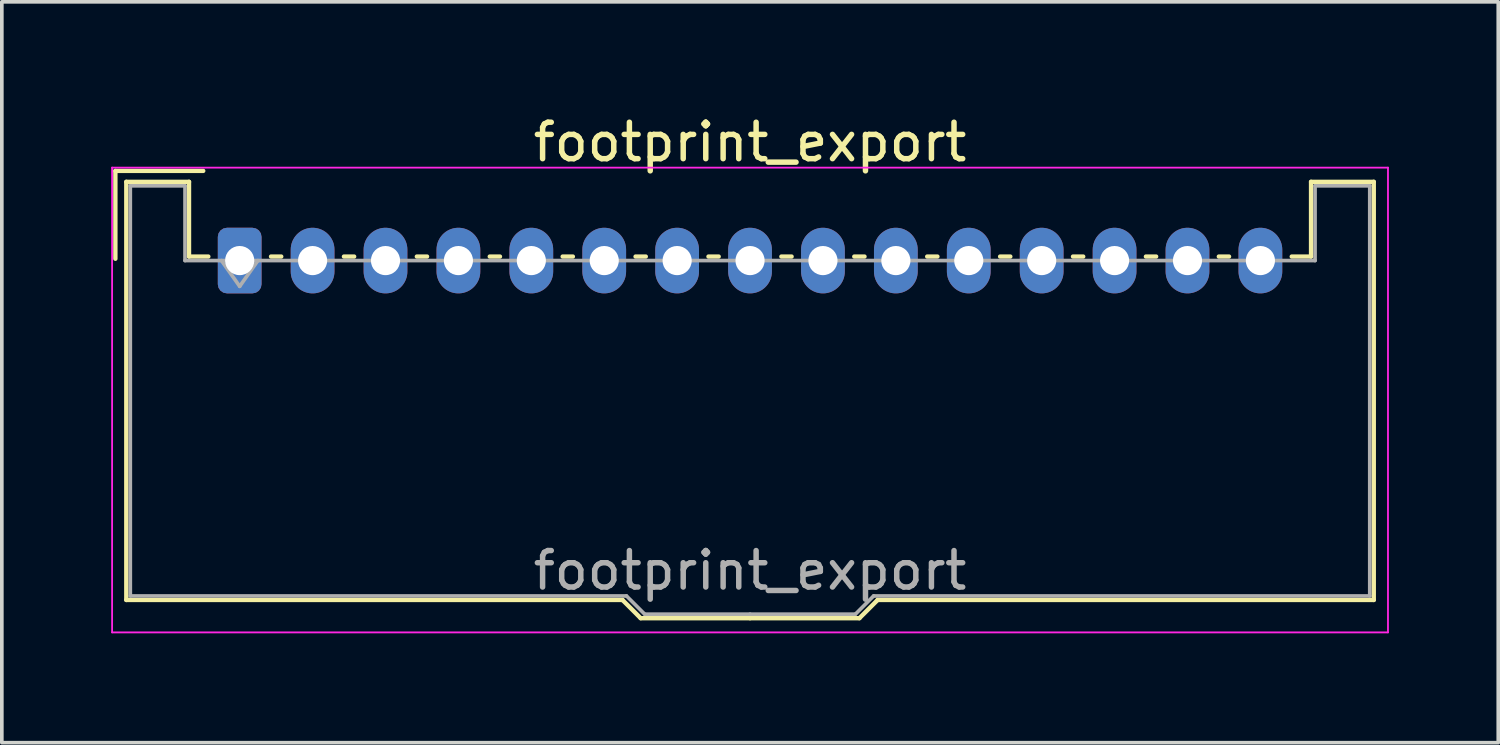
<source format=kicad_pcb>
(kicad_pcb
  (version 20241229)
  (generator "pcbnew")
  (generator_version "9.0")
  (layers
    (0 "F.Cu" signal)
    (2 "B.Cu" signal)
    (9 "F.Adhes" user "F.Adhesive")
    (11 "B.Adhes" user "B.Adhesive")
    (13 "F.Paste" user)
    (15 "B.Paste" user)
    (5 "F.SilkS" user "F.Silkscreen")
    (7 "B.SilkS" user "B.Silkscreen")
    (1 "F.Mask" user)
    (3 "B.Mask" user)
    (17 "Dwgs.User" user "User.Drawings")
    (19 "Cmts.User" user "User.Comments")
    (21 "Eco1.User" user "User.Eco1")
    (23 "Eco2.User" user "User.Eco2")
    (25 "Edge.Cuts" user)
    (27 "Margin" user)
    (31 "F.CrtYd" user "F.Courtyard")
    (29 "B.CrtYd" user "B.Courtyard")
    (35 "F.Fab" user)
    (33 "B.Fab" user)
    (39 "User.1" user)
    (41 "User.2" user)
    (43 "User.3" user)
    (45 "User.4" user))
  (footprint "footprint_export"
    (layer "F.Cu")
    (at 3.525 4.098)
    (property "Reference" "footprint_export" (at 14 -3.25 0) (layer "F.SilkS") (effects (font (size 1 1) (thickness 0.15))))
    (attr through_hole)
    (fp_line (start -3.41 -2.46) (end -1 -2.46) (stroke (width 0.12) (type solid)) (layer "F.SilkS"))
    (fp_line (start -3.41 -0.05) (end -3.41 -2.46) (stroke (width 0.12) (type solid)) (layer "F.SilkS"))
    (fp_line (start -3.11 -2.16) (end -1.39 -2.16) (stroke (width 0.12) (type solid)) (layer "F.SilkS"))
    (fp_line (start -3.11 9.31) (end -3.11 -2.16) (stroke (width 0.12) (type solid)) (layer "F.SilkS"))
    (fp_line (start -1.39 -2.16) (end -1.39 -0.11) (stroke (width 0.12) (type solid)) (layer "F.SilkS"))
    (fp_line (start -1.39 -0.11) (end -0.86 -0.11) (stroke (width 0.12) (type solid)) (layer "F.SilkS"))
    (fp_line (start 0.86 -0.11) (end 1.14 -0.11) (stroke (width 0.12) (type solid)) (layer "F.SilkS"))
    (fp_line (start 2.86 -0.11) (end 3.14 -0.11) (stroke (width 0.12) (type solid)) (layer "F.SilkS"))
    (fp_line (start 4.86 -0.11) (end 5.14 -0.11) (stroke (width 0.12) (type solid)) (layer "F.SilkS"))
    (fp_line (start 6.86 -0.11) (end 7.14 -0.11) (stroke (width 0.12) (type solid)) (layer "F.SilkS"))
    (fp_line (start 8.86 -0.11) (end 9.14 -0.11) (stroke (width 0.12) (type solid)) (layer "F.SilkS"))
    (fp_line (start 10.5 9.31) (end -3.11 9.31) (stroke (width 0.12) (type solid)) (layer "F.SilkS"))
    (fp_line (start 10.86 -0.11) (end 11.14 -0.11) (stroke (width 0.12) (type solid)) (layer "F.SilkS"))
    (fp_line (start 11 9.81) (end 10.5 9.31) (stroke (width 0.12) (type solid)) (layer "F.SilkS"))
    (fp_line (start 12.86 -0.11) (end 13.14 -0.11) (stroke (width 0.12) (type solid)) (layer "F.SilkS"))
    (fp_line (start 14 9.81) (end 11 9.81) (stroke (width 0.12) (type solid)) (layer "F.SilkS"))
    (fp_line (start 14 9.81) (end 17 9.81) (stroke (width 0.12) (type solid)) (layer "F.SilkS"))
    (fp_line (start 14.86 -0.11) (end 15.14 -0.11) (stroke (width 0.12) (type solid)) (layer "F.SilkS"))
    (fp_line (start 16.86 -0.11) (end 17.14 -0.11) (stroke (width 0.12) (type solid)) (layer "F.SilkS"))
    (fp_line (start 17 9.81) (end 17.5 9.31) (stroke (width 0.12) (type solid)) (layer "F.SilkS"))
    (fp_line (start 17.5 9.31) (end 31.11 9.31) (stroke (width 0.12) (type solid)) (layer "F.SilkS"))
    (fp_line (start 18.86 -0.11) (end 19.14 -0.11) (stroke (width 0.12) (type solid)) (layer "F.SilkS"))
    (fp_line (start 20.86 -0.11) (end 21.14 -0.11) (stroke (width 0.12) (type solid)) (layer "F.SilkS"))
    (fp_line (start 22.86 -0.11) (end 23.14 -0.11) (stroke (width 0.12) (type solid)) (layer "F.SilkS"))
    (fp_line (start 24.86 -0.11) (end 25.14 -0.11) (stroke (width 0.12) (type solid)) (layer "F.SilkS"))
    (fp_line (start 26.86 -0.11) (end 27.14 -0.11) (stroke (width 0.12) (type solid)) (layer "F.SilkS"))
    (fp_line (start 29.39 -2.16) (end 29.39 -0.11) (stroke (width 0.12) (type solid)) (layer "F.SilkS"))
    (fp_line (start 29.39 -0.11) (end 28.86 -0.11) (stroke (width 0.12) (type solid)) (layer "F.SilkS"))
    (fp_line (start 31.11 -2.16) (end 29.39 -2.16) (stroke (width 0.12) (type solid)) (layer "F.SilkS"))
    (fp_line (start 31.11 9.31) (end 31.11 -2.16) (stroke (width 0.12) (type solid)) (layer "F.SilkS"))
    (fp_line (start -3.5 -2.55) (end -3.5 10.2) (stroke (width 0.05) (type solid)) (layer "F.CrtYd"))
    (fp_line (start -3.5 10.2) (end 31.5 10.2) (stroke (width 0.05) (type solid)) (layer "F.CrtYd"))
    (fp_line (start 31.5 -2.55) (end -3.5 -2.55) (stroke (width 0.05) (type solid)) (layer "F.CrtYd"))
    (fp_line (start 31.5 10.2) (end 31.5 -2.55) (stroke (width 0.05) (type solid)) (layer "F.CrtYd"))
    (fp_line (start -3 -2.05) (end -1.5 -2.05) (stroke (width 0.1) (type solid)) (layer "F.Fab"))
    (fp_line (start -3 9.2) (end -3 -2.05) (stroke (width 0.1) (type solid)) (layer "F.Fab"))
    (fp_line (start -1.5 -2.05) (end -1.5 0) (stroke (width 0.1) (type solid)) (layer "F.Fab"))
    (fp_line (start -1.5 0) (end 14 0) (stroke (width 0.1) (type solid)) (layer "F.Fab"))
    (fp_line (start -0.5 0) (end 0 0.707) (stroke (width 0.1) (type solid)) (layer "F.Fab"))
    (fp_line (start 0 0.707) (end 0.5 0) (stroke (width 0.1) (type solid)) (layer "F.Fab"))
    (fp_line (start 10.61 9.2) (end -3 9.2) (stroke (width 0.1) (type solid)) (layer "F.Fab"))
    (fp_line (start 11.11 9.7) (end 10.61 9.2) (stroke (width 0.1) (type solid)) (layer "F.Fab"))
    (fp_line (start 14 9.7) (end 11.11 9.7) (stroke (width 0.1) (type solid)) (layer "F.Fab"))
    (fp_line (start 14 9.7) (end 16.89 9.7) (stroke (width 0.1) (type solid)) (layer "F.Fab"))
    (fp_line (start 16.89 9.7) (end 17.39 9.2) (stroke (width 0.1) (type solid)) (layer "F.Fab"))
    (fp_line (start 17.39 9.2) (end 31 9.2) (stroke (width 0.1) (type solid)) (layer "F.Fab"))
    (fp_line (start 29.5 -2.05) (end 29.5 0) (stroke (width 0.1) (type solid)) (layer "F.Fab"))
    (fp_line (start 29.5 0) (end 14 0) (stroke (width 0.1) (type solid)) (layer "F.Fab"))
    (fp_line (start 31 -2.05) (end 29.5 -2.05) (stroke (width 0.1) (type solid)) (layer "F.Fab"))
    (fp_line (start 31 9.2) (end 31 -2.05) (stroke (width 0.1) (type solid)) (layer "F.Fab"))
    (fp_text user "${REFERENCE}" (at 14 8.5 0) (layer "F.Fab") (effects (font (size 1 1) (thickness 0.15))))
    (pad "1" thru_hole roundrect (at 0 0) (size 1.2 1.8) (drill 0.8) (layers "*.Cu" "*.Mask") (roundrect_rratio 0.208))
    (pad "2" thru_hole oval (at 2 0) (size 1.2 1.8) (drill 0.8) (layers "*.Cu" "*.Mask"))
    (pad "3" thru_hole oval (at 4 0) (size 1.2 1.8) (drill 0.8) (layers "*.Cu" "*.Mask"))
    (pad "4" thru_hole oval (at 6 0) (size 1.2 1.8) (drill 0.8) (layers "*.Cu" "*.Mask"))
    (pad "5" thru_hole oval (at 8 0) (size 1.2 1.8) (drill 0.8) (layers "*.Cu" "*.Mask"))
    (pad "6" thru_hole oval (at 10 0) (size 1.2 1.8) (drill 0.8) (layers "*.Cu" "*.Mask"))
    (pad "7" thru_hole oval (at 12 0) (size 1.2 1.8) (drill 0.8) (layers "*.Cu" "*.Mask"))
    (pad "8" thru_hole oval (at 14 0) (size 1.2 1.8) (drill 0.8) (layers "*.Cu" "*.Mask"))
    (pad "9" thru_hole oval (at 16 0) (size 1.2 1.8) (drill 0.8) (layers "*.Cu" "*.Mask"))
    (pad "10" thru_hole oval (at 18 0) (size 1.2 1.8) (drill 0.8) (layers "*.Cu" "*.Mask"))
    (pad "11" thru_hole oval (at 20 0) (size 1.2 1.8) (drill 0.8) (layers "*.Cu" "*.Mask"))
    (pad "12" thru_hole oval (at 22 0) (size 1.2 1.8) (drill 0.8) (layers "*.Cu" "*.Mask"))
    (pad "13" thru_hole oval (at 24 0) (size 1.2 1.8) (drill 0.8) (layers "*.Cu" "*.Mask"))
    (pad "14" thru_hole oval (at 26 0) (size 1.2 1.8) (drill 0.8) (layers "*.Cu" "*.Mask"))
    (pad "15" thru_hole oval (at 28 0) (size 1.2 1.8) (drill 0.8) (layers "*.Cu" "*.Mask")))
  (gr_rect
    (start -3 -3)
    (end 38.05 17.323)
    (stroke (width 0.1) (type default))
    (fill no)
    (layer "Edge.Cuts")))
</source>
